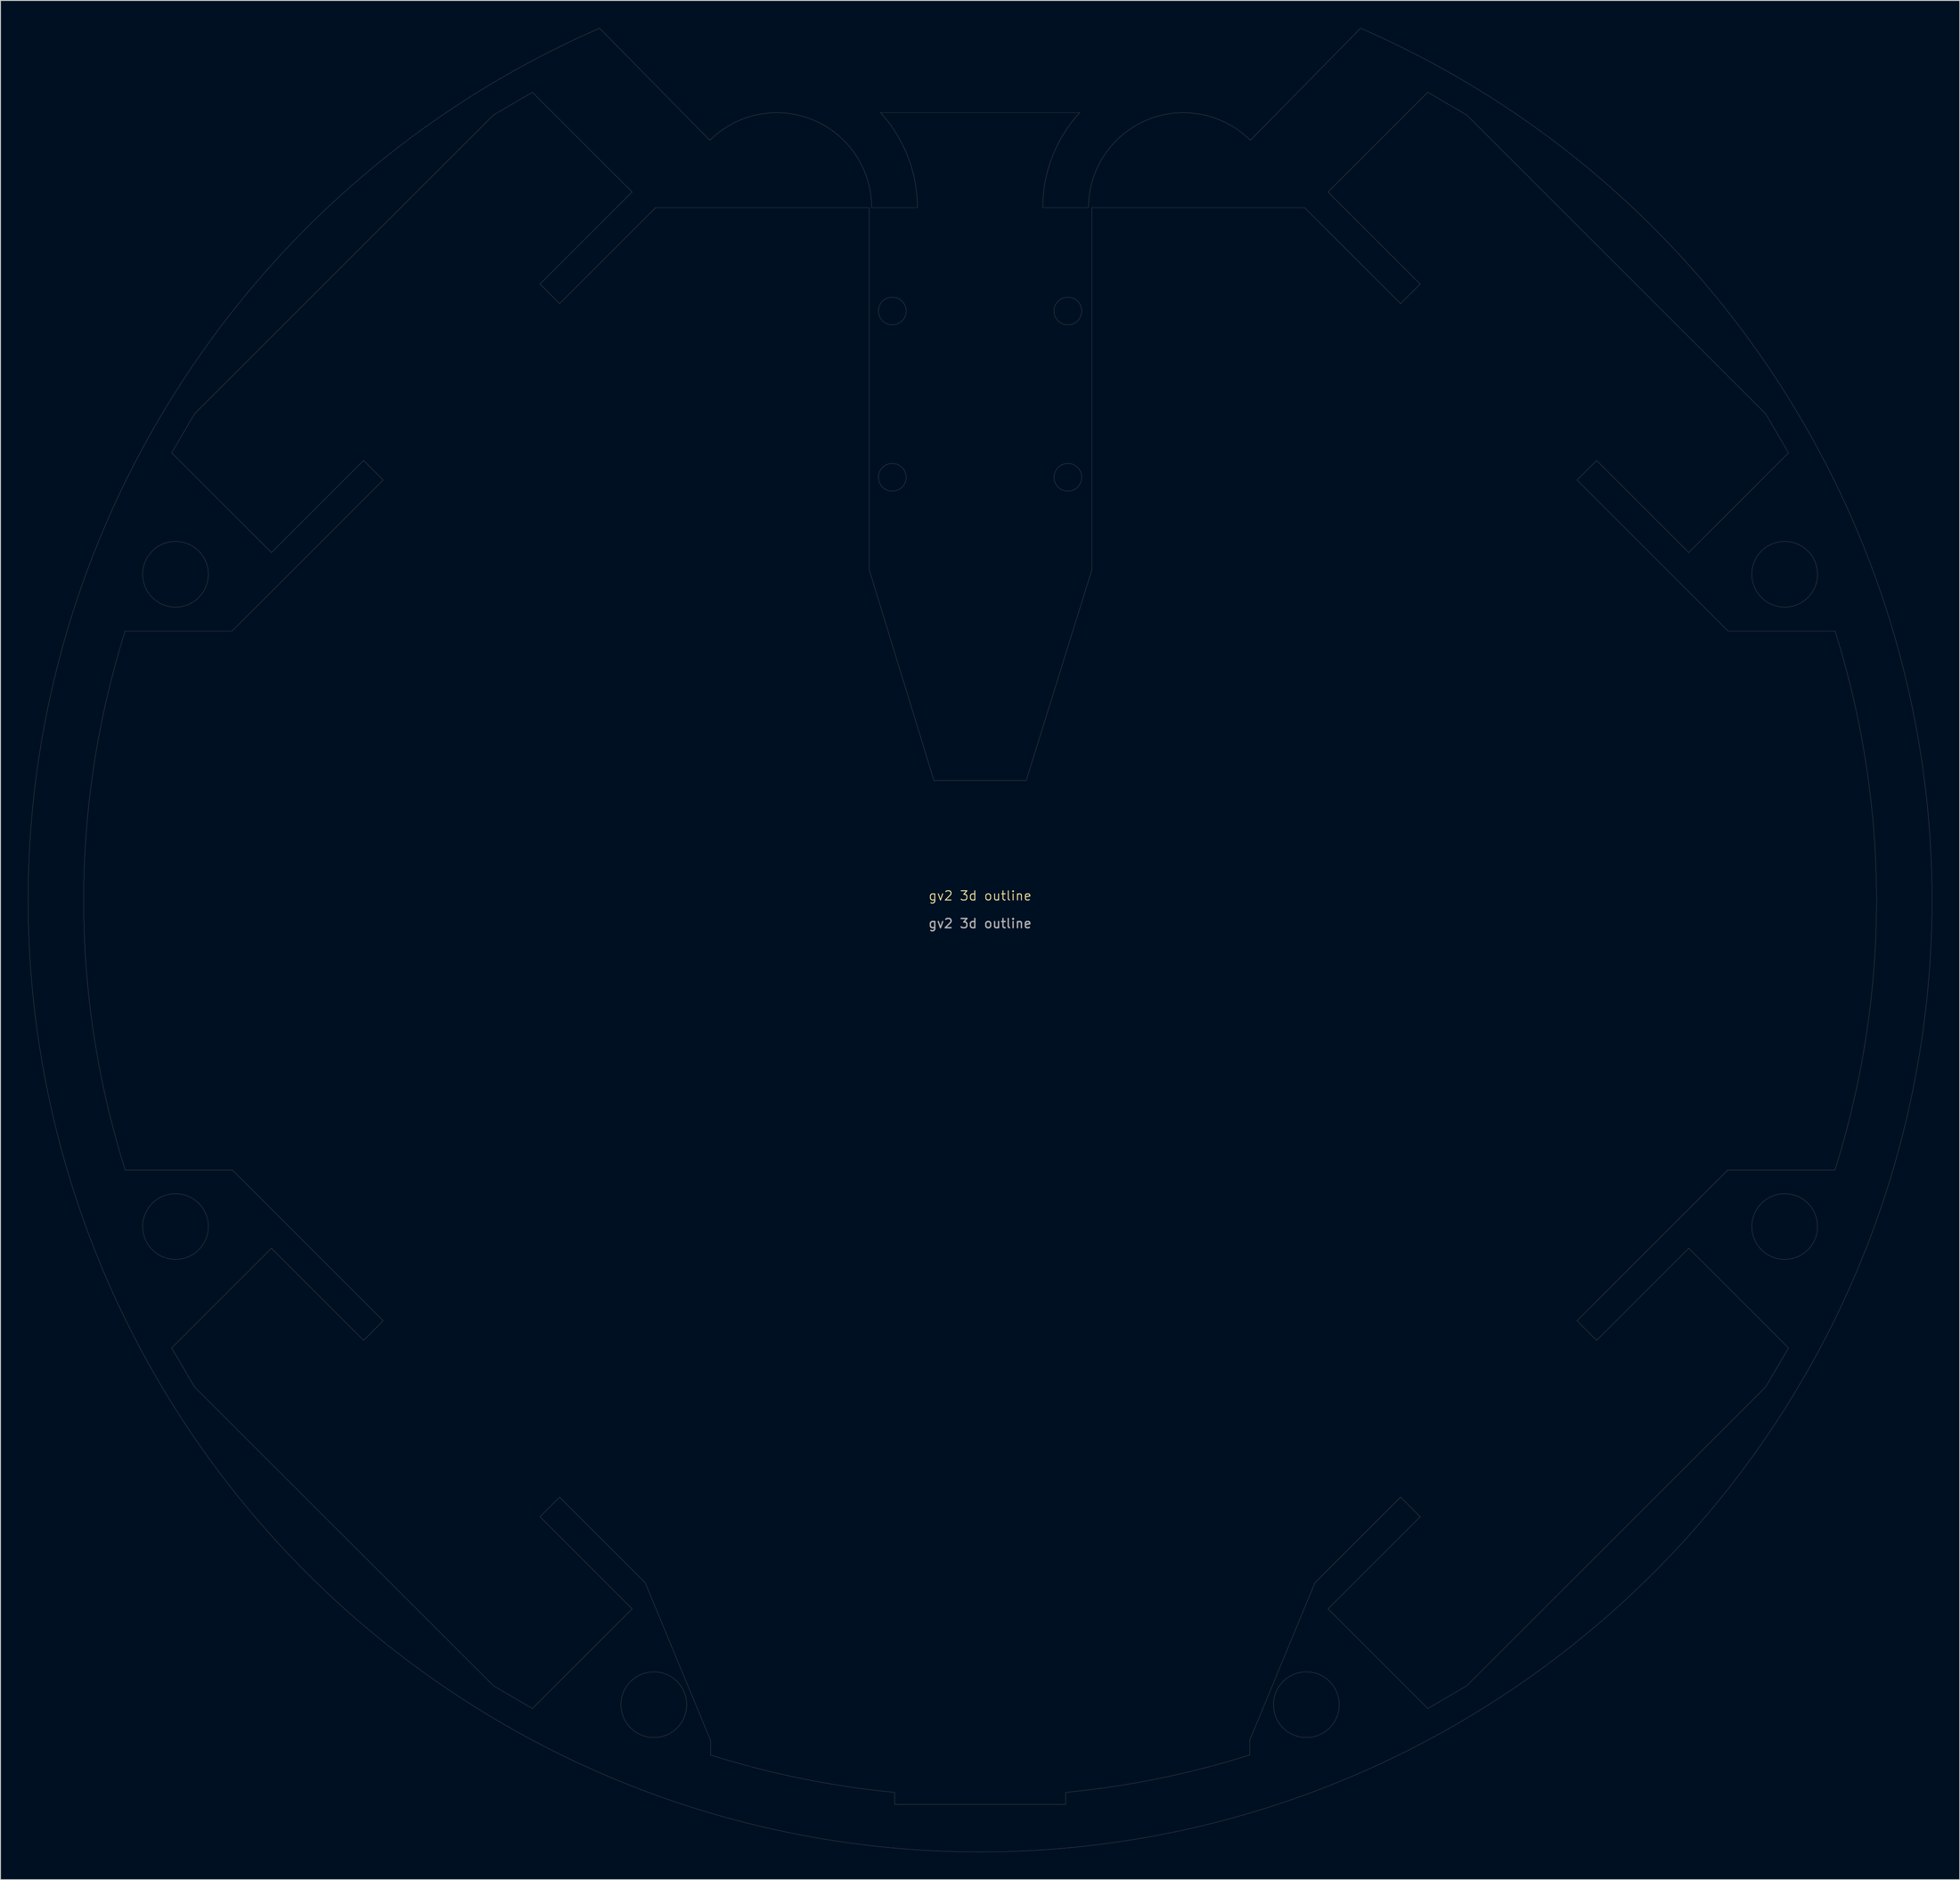
<source format=kicad_pcb>
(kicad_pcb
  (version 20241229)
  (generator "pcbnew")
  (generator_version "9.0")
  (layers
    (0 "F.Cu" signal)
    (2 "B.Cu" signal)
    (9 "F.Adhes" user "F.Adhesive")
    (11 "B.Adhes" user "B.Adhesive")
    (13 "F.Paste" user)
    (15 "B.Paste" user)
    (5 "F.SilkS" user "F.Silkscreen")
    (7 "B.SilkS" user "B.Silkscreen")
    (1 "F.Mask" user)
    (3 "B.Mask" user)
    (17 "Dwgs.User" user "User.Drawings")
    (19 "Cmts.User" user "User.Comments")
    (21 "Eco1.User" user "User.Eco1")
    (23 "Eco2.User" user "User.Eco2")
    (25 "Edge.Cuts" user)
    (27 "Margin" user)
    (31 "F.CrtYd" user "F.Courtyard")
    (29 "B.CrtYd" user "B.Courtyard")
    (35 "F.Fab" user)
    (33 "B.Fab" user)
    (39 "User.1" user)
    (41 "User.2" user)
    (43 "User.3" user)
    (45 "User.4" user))
  (footprint "gv2 3d outline"
    (layer "F.Cu")
    (at 103.005 94.416)
    (property "Reference" "gv2 3d outline" (at 0 -0.5 0) (unlocked yes) (layer "F.SilkS") (effects (font (size 1 1) (thickness 0.1))))
    (attr smd)
    (fp_line (start -92.511 -29.168) (end -80.928 -29.168) (stroke (width 0.01) (type solid)) (layer "F.SilkS"))
    (fp_line (start -87.48 -48.448) (end -85.007 -52.666) (stroke (width 0.01) (type solid)) (layer "F.SilkS"))
    (fp_line (start -87.48 48.448) (end -76.686 37.653) (stroke (width 0.01) (type solid)) (layer "F.SilkS"))
    (fp_line (start -85.007 -52.666) (end -52.666 -85.007) (stroke (width 0.01) (type solid)) (layer "F.SilkS"))
    (fp_line (start -85.007 52.666) (end -87.48 48.448) (stroke (width 0.01) (type solid)) (layer "F.SilkS"))
    (fp_line (start -80.928 -29.168) (end -64.594 -45.502) (stroke (width 0.01) (type solid)) (layer "F.SilkS"))
    (fp_line (start -80.928 29.168) (end -92.511 29.168) (stroke (width 0.01) (type solid)) (layer "F.SilkS"))
    (fp_line (start -76.686 -37.653) (end -87.48 -48.448) (stroke (width 0.01) (type solid)) (layer "F.SilkS"))
    (fp_line (start -76.686 37.653) (end -66.716 47.624) (stroke (width 0.01) (type solid)) (layer "F.SilkS"))
    (fp_line (start -66.716 -47.624) (end -76.686 -37.653) (stroke (width 0.01) (type solid)) (layer "F.SilkS"))
    (fp_line (start -66.716 47.624) (end -64.594 45.502) (stroke (width 0.01) (type solid)) (layer "F.SilkS"))
    (fp_line (start -64.594 -45.502) (end -66.716 -47.624) (stroke (width 0.01) (type solid)) (layer "F.SilkS"))
    (fp_line (start -64.594 45.502) (end -80.928 29.168) (stroke (width 0.01) (type solid)) (layer "F.SilkS"))
    (fp_line (start -52.666 -85.007) (end -48.448 -87.48) (stroke (width 0.01) (type solid)) (layer "F.SilkS"))
    (fp_line (start -52.666 85.007) (end -85.007 52.666) (stroke (width 0.01) (type solid)) (layer "F.SilkS"))
    (fp_line (start -48.448 -87.48) (end -37.653 -76.686) (stroke (width 0.01) (type solid)) (layer "F.SilkS"))
    (fp_line (start -48.448 87.48) (end -52.666 85.007) (stroke (width 0.01) (type solid)) (layer "F.SilkS"))
    (fp_line (start -47.624 -66.716) (end -45.502 -64.594) (stroke (width 0.01) (type solid)) (layer "F.SilkS"))
    (fp_line (start -47.624 66.716) (end -37.653 76.686) (stroke (width 0.01) (type solid)) (layer "F.SilkS"))
    (fp_line (start -45.502 -64.594) (end -35.097 -75) (stroke (width 0.01) (type solid)) (layer "F.SilkS"))
    (fp_line (start -45.502 64.594) (end -47.624 66.716) (stroke (width 0.01) (type solid)) (layer "F.SilkS"))
    (fp_line (start -37.653 -76.686) (end -47.624 -66.716) (stroke (width 0.01) (type solid)) (layer "F.SilkS"))
    (fp_line (start -37.653 76.686) (end -48.448 87.48) (stroke (width 0.01) (type solid)) (layer "F.SilkS"))
    (fp_line (start -36.239 73.857) (end -45.502 64.594) (stroke (width 0.01) (type solid)) (layer "F.SilkS"))
    (fp_line (start -35.097 -75) (end -12 -75) (stroke (width 0.01) (type solid)) (layer "F.SilkS"))
    (fp_line (start -32.713 -85.807) (end -41.178 -94.411) (stroke (width 0.01) (type solid)) (layer "F.SilkS"))
    (fp_line (start -29.241 -82.278) (end -32.713 -85.807) (stroke (width 0.01) (type solid)) (layer "F.SilkS"))
    (fp_line (start -29.168 90.928) (end -36.239 73.857) (stroke (width 0.01) (type solid)) (layer "F.SilkS"))
    (fp_line (start -29.168 92.511) (end -29.168 90.928) (stroke (width 0.01) (type solid)) (layer "F.SilkS"))
    (fp_line (start -12 -75) (end -12 -35.8) (stroke (width 0.01) (type solid)) (layer "F.SilkS"))
    (fp_line (start -12 -35.8) (end -5 -13) (stroke (width 0.01) (type solid)) (layer "F.SilkS"))
    (fp_line (start -9.255 97.843) (end -9.255 96.557) (stroke (width 0.01) (type solid)) (layer "F.SilkS"))
    (fp_line (start -6.783 -75) (end -11.733 -75) (stroke (width 0.01) (type solid)) (layer "F.SilkS"))
    (fp_line (start -5 -13) (end 5 -13) (stroke (width 0.01) (type solid)) (layer "F.SilkS"))
    (fp_line (start 5 -13) (end 12.1 -35.8) (stroke (width 0.01) (type solid)) (layer "F.SilkS"))
    (fp_line (start 9.255 96.557) (end 9.255 97.843) (stroke (width 0.01) (type solid)) (layer "F.SilkS"))
    (fp_line (start 9.255 97.843) (end -9.255 97.843) (stroke (width 0.01) (type solid)) (layer "F.SilkS"))
    (fp_line (start 10.769 -85.267) (end -10.769 -85.267) (stroke (width 0.01) (type solid)) (layer "F.SilkS"))
    (fp_line (start 11.733 -75) (end 6.783 -75) (stroke (width 0.01) (type solid)) (layer "F.SilkS"))
    (fp_line (start 12.1 -75) (end 35.097 -75) (stroke (width 0.01) (type solid)) (layer "F.SilkS"))
    (fp_line (start 12.1 -35.8) (end 12.1 -75) (stroke (width 0.01) (type solid)) (layer "F.SilkS"))
    (fp_line (start 29.168 90.928) (end 29.168 92.511) (stroke (width 0.01) (type solid)) (layer "F.SilkS"))
    (fp_line (start 32.713 -85.807) (end 29.241 -82.278) (stroke (width 0.01) (type solid)) (layer "F.SilkS"))
    (fp_line (start 35.097 -75) (end 45.502 -64.594) (stroke (width 0.01) (type solid)) (layer "F.SilkS"))
    (fp_line (start 36.239 73.857) (end 29.168 90.928) (stroke (width 0.01) (type solid)) (layer "F.SilkS"))
    (fp_line (start 37.653 -76.686) (end 48.448 -87.48) (stroke (width 0.01) (type solid)) (layer "F.SilkS"))
    (fp_line (start 37.653 76.686) (end 47.624 66.716) (stroke (width 0.01) (type solid)) (layer "F.SilkS"))
    (fp_line (start 41.178 -94.411) (end 32.713 -85.807) (stroke (width 0.01) (type solid)) (layer "F.SilkS"))
    (fp_line (start 45.502 -64.594) (end 47.624 -66.716) (stroke (width 0.01) (type solid)) (layer "F.SilkS"))
    (fp_line (start 45.502 64.594) (end 36.239 73.857) (stroke (width 0.01) (type solid)) (layer "F.SilkS"))
    (fp_line (start 47.624 -66.716) (end 37.653 -76.686) (stroke (width 0.01) (type solid)) (layer "F.SilkS"))
    (fp_line (start 47.624 66.716) (end 45.502 64.594) (stroke (width 0.01) (type solid)) (layer "F.SilkS"))
    (fp_line (start 48.448 -87.48) (end 52.666 -85.007) (stroke (width 0.01) (type solid)) (layer "F.SilkS"))
    (fp_line (start 48.448 87.48) (end 37.653 76.686) (stroke (width 0.01) (type solid)) (layer "F.SilkS"))
    (fp_line (start 52.666 -85.007) (end 85.007 -52.666) (stroke (width 0.01) (type solid)) (layer "F.SilkS"))
    (fp_line (start 52.666 85.007) (end 48.448 87.48) (stroke (width 0.01) (type solid)) (layer "F.SilkS"))
    (fp_line (start 64.594 -45.502) (end 80.928 -29.168) (stroke (width 0.01) (type solid)) (layer "F.SilkS"))
    (fp_line (start 64.594 45.502) (end 66.716 47.624) (stroke (width 0.01) (type solid)) (layer "F.SilkS"))
    (fp_line (start 66.716 -47.624) (end 64.594 -45.502) (stroke (width 0.01) (type solid)) (layer "F.SilkS"))
    (fp_line (start 66.716 47.624) (end 76.686 37.653) (stroke (width 0.01) (type solid)) (layer "F.SilkS"))
    (fp_line (start 76.686 -37.653) (end 66.716 -47.624) (stroke (width 0.01) (type solid)) (layer "F.SilkS"))
    (fp_line (start 76.686 37.653) (end 87.48 48.448) (stroke (width 0.01) (type solid)) (layer "F.SilkS"))
    (fp_line (start 80.928 -29.168) (end 92.511 -29.168) (stroke (width 0.01) (type solid)) (layer "F.SilkS"))
    (fp_line (start 80.928 29.168) (end 64.594 45.502) (stroke (width 0.01) (type solid)) (layer "F.SilkS"))
    (fp_line (start 85.007 -52.666) (end 87.48 -48.448) (stroke (width 0.01) (type solid)) (layer "F.SilkS"))
    (fp_line (start 85.007 52.666) (end 52.666 85.007) (stroke (width 0.01) (type solid)) (layer "F.SilkS"))
    (fp_line (start 87.48 -48.448) (end 76.686 -37.653) (stroke (width 0.01) (type solid)) (layer "F.SilkS"))
    (fp_line (start 87.48 48.448) (end 85.007 52.666) (stroke (width 0.01) (type solid)) (layer "F.SilkS"))
    (fp_line (start 92.511 29.168) (end 80.928 29.168) (stroke (width 0.01) (type solid)) (layer "F.SilkS"))
    (fp_arc (start -92.510637 29.168155) (mid -96.999996 0) (end -92.510637 -29.168155) (stroke (width 0.01) (type solid)) (layer "F.SilkS"))
    (fp_arc (start -29.241199 -82.278039) (mid -18.059076 -84.480191) (end -11.733309 -75) (stroke (width 0.01) (type solid)) (layer "F.SilkS"))
    (fp_arc (start -10.768669 -85.266687) (mid -7.814596 -80.506541) (end -6.783309 -75) (stroke (width 0.01) (type solid)) (layer "F.SilkS"))
    (fp_arc (start -9.255123 96.557458) (mid -19.317898 95.056923) (end -29.168151 92.510641) (stroke (width 0.01) (type solid)) (layer "F.SilkS"))
    (fp_arc (start 6.783317 -75) (mid 7.814604 -80.506541) (end 10.768677 -85.266687) (stroke (width 0.01) (type solid)) (layer "F.SilkS"))
    (fp_arc (start 11.733317 -75) (mid 18.059084 -84.48019) (end 29.241207 -82.278039) (stroke (width 0.01) (type solid)) (layer "F.SilkS"))
    (fp_arc (start 29.168159 92.510641) (mid 19.317906 95.056923) (end 9.255131 96.557458) (stroke (width 0.01) (type solid)) (layer "F.SilkS"))
    (fp_arc (start 41.177746 -94.41077) (mid 0.000004 103) (end -41.177738 -94.41077) (stroke (width 0.01) (type solid)) (layer "F.SilkS"))
    (fp_arc (start 92.510645 -29.168155) (mid 97.000004 0) (end 92.510645 29.168155) (stroke (width 0.01) (type solid)) (layer "F.SilkS"))
    (fp_circle (center -87.064 -35.303) (end -83.509 -35.303) (stroke (width 0.01) (type solid)) (fill no) (layer "F.SilkS"))
    (fp_circle (center -87.064 35.303) (end -83.509 35.303) (stroke (width 0.01) (type solid)) (fill no) (layer "F.SilkS"))
    (fp_circle (center -35.303 87.064) (end -31.748 87.064) (stroke (width 0.01) (type solid)) (fill no) (layer "F.SilkS"))
    (fp_circle (center -9.5 -63.8) (end -8 -63.8) (stroke (width 0.01) (type solid)) (fill no) (layer "F.SilkS"))
    (fp_circle (center -9.5 -45.8) (end -8 -45.8) (stroke (width 0.01) (type solid)) (fill no) (layer "F.SilkS"))
    (fp_circle (center 9.5 -63.8) (end 11 -63.8) (stroke (width 0.01) (type solid)) (fill no) (layer "F.SilkS"))
    (fp_circle (center 9.5 -45.8) (end 11 -45.8) (stroke (width 0.01) (type solid)) (fill no) (layer "F.SilkS"))
    (fp_circle (center 35.303 87.064) (end 38.858 87.064) (stroke (width 0.01) (type solid)) (fill no) (layer "F.SilkS"))
    (fp_circle (center 87.064 -35.303) (end 90.619 -35.303) (stroke (width 0.01) (type solid)) (fill no) (layer "F.SilkS"))
    (fp_circle (center 87.064 35.303) (end 90.619 35.303) (stroke (width 0.01) (type solid)) (fill no) (layer "F.SilkS"))
    (fp_text user "${REFERENCE}" (at 0 2.5 0) (unlocked yes) (layer "F.Fab") (effects (font (size 1 1) (thickness 0.15)))))
  (gr_rect
    (start -3 -3)
    (end 209.01 200.421)
    (stroke (width 0.1) (type default))
    (fill no)
    (layer "Edge.Cuts")))
</source>
